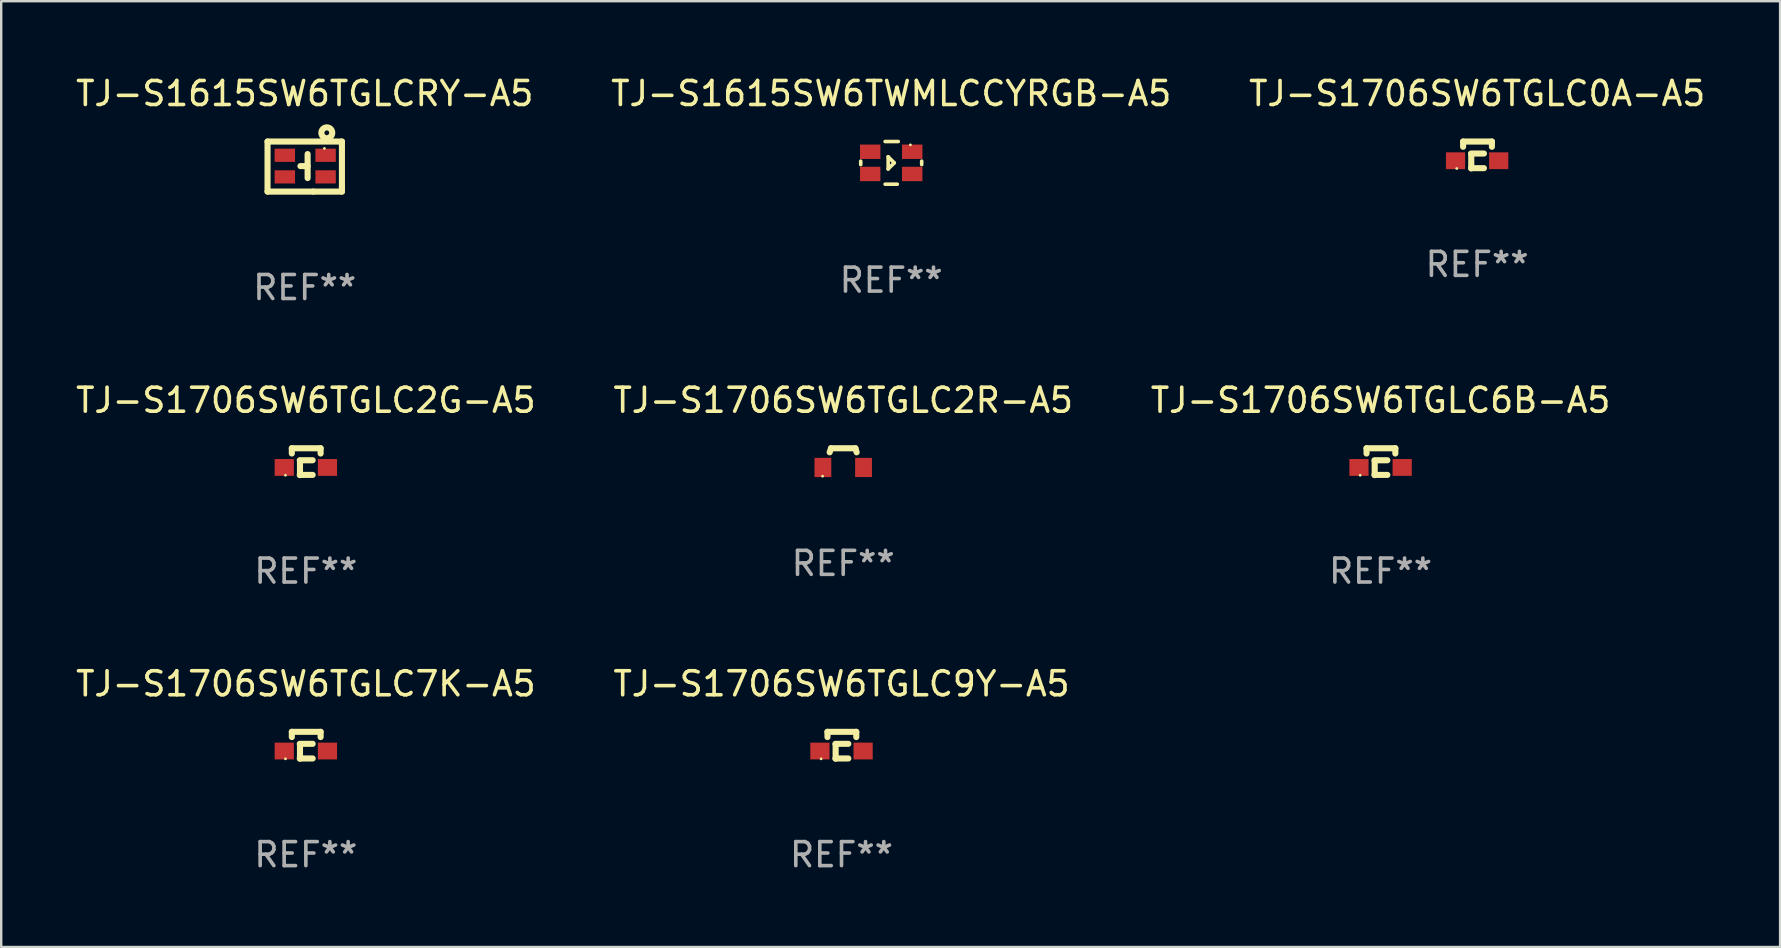
<source format=kicad_pcb>
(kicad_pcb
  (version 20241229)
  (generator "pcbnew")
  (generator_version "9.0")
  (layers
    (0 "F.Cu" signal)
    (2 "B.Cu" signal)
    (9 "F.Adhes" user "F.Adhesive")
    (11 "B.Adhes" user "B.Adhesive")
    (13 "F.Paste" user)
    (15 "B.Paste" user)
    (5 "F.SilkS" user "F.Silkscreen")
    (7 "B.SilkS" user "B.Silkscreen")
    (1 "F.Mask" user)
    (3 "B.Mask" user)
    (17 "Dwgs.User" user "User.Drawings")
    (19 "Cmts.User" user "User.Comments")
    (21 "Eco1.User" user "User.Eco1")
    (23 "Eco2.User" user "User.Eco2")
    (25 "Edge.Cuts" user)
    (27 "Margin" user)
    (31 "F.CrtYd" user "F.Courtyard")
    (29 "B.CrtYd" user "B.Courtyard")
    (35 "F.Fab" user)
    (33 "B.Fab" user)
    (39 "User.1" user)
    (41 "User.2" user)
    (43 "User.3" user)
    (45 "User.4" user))
  (footprint "TJ-S1706SW6TGLC2G-A5"
    (layer "F.Cu")
    (at 9.696 16.19)
    (property "Reference" "TJ-S1706SW6TGLC2G-A5" (at 0 -2.56 0) (layer "F.SilkS") (effects (font (size 1 1) (thickness 0.15))))
    (attr through_hole)
    (fp_line (start -0.585 -0.56) (end -0.585 -0.341) (stroke (width 0.254) (type solid)) (layer "F.SilkS"))
    (fp_line (start -0.585 -0.56) (end 0.615 -0.56) (stroke (width 0.254) (type solid)) (layer "F.SilkS"))
    (fp_line (start -0.254 0.55) (end 0.284 0.55) (stroke (width 0.254) (type solid)) (layer "F.SilkS"))
    (fp_line (start -0.245 0.56) (end -0.245 -0.039) (stroke (width 0.254) (type solid)) (layer "F.SilkS"))
    (fp_line (start 0.284 -0.06) (end -0.254 -0.06) (stroke (width 0.254) (type solid)) (layer "F.SilkS"))
    (fp_line (start 0.615 -0.56) (end 0.615 -0.341) (stroke (width 0.254) (type solid)) (layer "F.SilkS"))
    (fp_circle (center -0.85 0.565) (end -0.82 0.565) (stroke (width 0.06) (type solid)) (fill no) (layer "F.SilkS"))
    (fp_text user "REF**" (at 0 4.56 0) (layer "F.Fab") (effects (font (size 1 1) (thickness 0.15))))
    (pad "1" smd rect (at -0.9 0.24) (size 0.8 0.7) (layers "F.Cu" "F.Mask" "F.Paste"))
    (pad "2" smd rect (at 0.9 0.24) (size 0.8 0.7) (layers "F.Cu" "F.Mask" "F.Paste")))
  (footprint "TJ-S1706SW6TGLC6B-A5"
    (layer "F.Cu")
    (at 54.482 16.19)
    (property "Reference" "TJ-S1706SW6TGLC6B-A5" (at 0 -2.56 0) (layer "F.SilkS") (effects (font (size 1 1) (thickness 0.15))))
    (attr through_hole)
    (fp_line (start -0.585 -0.56) (end -0.585 -0.341) (stroke (width 0.254) (type solid)) (layer "F.SilkS"))
    (fp_line (start -0.585 -0.56) (end 0.615 -0.56) (stroke (width 0.254) (type solid)) (layer "F.SilkS"))
    (fp_line (start -0.254 0.55) (end 0.284 0.55) (stroke (width 0.254) (type solid)) (layer "F.SilkS"))
    (fp_line (start -0.245 0.56) (end -0.245 -0.039) (stroke (width 0.254) (type solid)) (layer "F.SilkS"))
    (fp_line (start 0.284 -0.06) (end -0.254 -0.06) (stroke (width 0.254) (type solid)) (layer "F.SilkS"))
    (fp_line (start 0.615 -0.56) (end 0.615 -0.341) (stroke (width 0.254) (type solid)) (layer "F.SilkS"))
    (fp_circle (center -0.85 0.565) (end -0.82 0.565) (stroke (width 0.06) (type solid)) (fill no) (layer "F.SilkS"))
    (fp_text user "REF**" (at 0 4.56 0) (layer "F.Fab") (effects (font (size 1 1) (thickness 0.15))))
    (pad "1" smd rect (at -0.9 0.24) (size 0.8 0.7) (layers "F.Cu" "F.Mask" "F.Paste"))
    (pad "2" smd rect (at 0.9 0.24) (size 0.8 0.7) (layers "F.Cu" "F.Mask" "F.Paste")))
  (footprint "TJ-S1706SW6TGLC9Y-A5"
    (layer "F.Cu")
    (at 32.018 28.007)
    (property "Reference" "TJ-S1706SW6TGLC9Y-A5" (at 0 -2.56 0) (layer "F.SilkS") (effects (font (size 1 1) (thickness 0.15))))
    (attr through_hole)
    (fp_line (start -0.585 -0.56) (end -0.585 -0.341) (stroke (width 0.254) (type solid)) (layer "F.SilkS"))
    (fp_line (start -0.585 -0.56) (end 0.615 -0.56) (stroke (width 0.254) (type solid)) (layer "F.SilkS"))
    (fp_line (start -0.254 0.55) (end 0.284 0.55) (stroke (width 0.254) (type solid)) (layer "F.SilkS"))
    (fp_line (start -0.245 0.56) (end -0.245 -0.039) (stroke (width 0.254) (type solid)) (layer "F.SilkS"))
    (fp_line (start 0.284 -0.06) (end -0.254 -0.06) (stroke (width 0.254) (type solid)) (layer "F.SilkS"))
    (fp_line (start 0.615 -0.56) (end 0.615 -0.341) (stroke (width 0.254) (type solid)) (layer "F.SilkS"))
    (fp_circle (center -0.85 0.565) (end -0.82 0.565) (stroke (width 0.06) (type solid)) (fill no) (layer "F.SilkS"))
    (fp_text user "REF**" (at 0 4.56 0) (layer "F.Fab") (effects (font (size 1 1) (thickness 0.15))))
    (pad "1" smd rect (at -0.9 0.24) (size 0.8 0.7) (layers "F.Cu" "F.Mask" "F.Paste"))
    (pad "2" smd rect (at 0.9 0.24) (size 0.8 0.7) (layers "F.Cu" "F.Mask" "F.Paste")))
  (footprint "TJ-S1706SW6TGLC0A-A5"
    (layer "F.Cu")
    (at 58.506 3.408)
    (property "Reference" "TJ-S1706SW6TGLC0A-A5" (at 0 -2.56 0) (layer "F.SilkS") (effects (font (size 1 1) (thickness 0.15))))
    (attr through_hole)
    (fp_line (start -0.585 -0.56) (end -0.585 -0.341) (stroke (width 0.254) (type solid)) (layer "F.SilkS"))
    (fp_line (start -0.585 -0.56) (end 0.615 -0.56) (stroke (width 0.254) (type solid)) (layer "F.SilkS"))
    (fp_line (start -0.254 0.55) (end 0.284 0.55) (stroke (width 0.254) (type solid)) (layer "F.SilkS"))
    (fp_line (start -0.245 0.56) (end -0.245 -0.039) (stroke (width 0.254) (type solid)) (layer "F.SilkS"))
    (fp_line (start 0.284 -0.06) (end -0.254 -0.06) (stroke (width 0.254) (type solid)) (layer "F.SilkS"))
    (fp_line (start 0.615 -0.56) (end 0.615 -0.341) (stroke (width 0.254) (type solid)) (layer "F.SilkS"))
    (fp_circle (center -0.85 0.565) (end -0.82 0.565) (stroke (width 0.06) (type solid)) (fill no) (layer "F.SilkS"))
    (fp_text user "REF**" (at 0 4.56 0) (layer "F.Fab") (effects (font (size 1 1) (thickness 0.15))))
    (pad "1" smd rect (at -0.9 0.24) (size 0.8 0.7) (layers "F.Cu" "F.Mask" "F.Paste"))
    (pad "2" smd rect (at 0.9 0.24) (size 0.8 0.7) (layers "F.Cu" "F.Mask" "F.Paste")))
  (footprint "TJ-S1615SW6TGLCRY-A5"
    (layer "F.Cu")
    (at 9.649 3.891)
    (property "Reference" "TJ-S1615SW6TGLCRY-A5" (at 0 -3.043 0) (layer "F.SilkS") (effects (font (size 1 1) (thickness 0.15))))
    (attr through_hole)
    (fp_line (start -1.55 -1.043) (end 1.55 -1.043) (stroke (width 0.254) (type solid)) (layer "F.SilkS"))
    (fp_line (start -1.55 1.043) (end -1.55 -1.043) (stroke (width 0.254) (type solid)) (layer "F.SilkS"))
    (fp_line (start -0.18 -0.02) (end 0.12 -0.02) (stroke (width 0.254) (type solid)) (layer "F.SilkS"))
    (fp_line (start 0.12 -0.52) (end 0.12 0.48) (stroke (width 0.254) (type solid)) (layer "F.SilkS"))
    (fp_line (start 0.357 1.043) (end -1.55 1.043) (stroke (width 0.254) (type solid)) (layer "F.SilkS"))
    (fp_line (start 0.357 1.043) (end 1.55 1.043) (stroke (width 0.254) (type solid)) (layer "F.SilkS"))
    (fp_line (start 1.55 0.857) (end 1.55 1.043) (stroke (width 0.254) (type solid)) (layer "F.SilkS"))
    (fp_line (start 1.55 0.857) (end 1.55 -1.043) (stroke (width 0.254) (type solid)) (layer "F.SilkS"))
    (fp_circle (center 0.82 -0.757) (end 0.85 -0.757) (stroke (width 0.06) (type solid)) (fill no) (layer "F.SilkS"))
    (fp_circle (center 0.92 -1.407) (end 1.02 -1.407) (stroke (width 0.254) (type solid)) (fill no) (layer "F.SilkS"))
    (fp_text user "REF**" (at 0 5.043 0) (layer "F.Fab") (effects (font (size 1 1) (thickness 0.15))))
    (pad "1" smd rect (at 0.87 -0.47) (size 0.85 0.55) (layers "F.Cu" "F.Mask" "F.Paste"))
    (pad "2" smd rect (at -0.83 -0.47) (size 0.85 0.55) (layers "F.Cu" "F.Mask" "F.Paste"))
    (pad "3" smd rect (at 0.87 0.43) (size 0.85 0.55) (layers "F.Cu" "F.Mask" "F.Paste"))
    (pad "4" smd rect (at -0.83 0.43) (size 0.85 0.55) (layers "F.Cu" "F.Mask" "F.Paste")))
  (footprint "TJ-S1615SW6TWMLCCYRGB-A5"
    (layer "F.Cu")
    (at 34.089 3.737)
    (property "Reference" "TJ-S1615SW6TWMLCCYRGB-A5" (at 0 -2.889 0) (layer "F.SilkS") (effects (font (size 1 1) (thickness 0.15))))
    (attr through_hole)
    (fp_line (start -1.27 -0.071) (end -1.27 0.071) (stroke (width 0.15) (type solid)) (layer "F.SilkS"))
    (fp_line (start -0.254 -0.889) (end 0.295 -0.889) (stroke (width 0.15) (type solid)) (layer "F.SilkS"))
    (fp_line (start -0.254 0.889) (end 0.254 0.889) (stroke (width 0.15) (type solid)) (layer "F.SilkS"))
    (fp_line (start -0.127 -0.254) (end -0.127 0.254) (stroke (width 0.15) (type solid)) (layer "F.SilkS"))
    (fp_line (start -0.127 -0.254) (end 0.127 0) (stroke (width 0.15) (type solid)) (layer "F.SilkS"))
    (fp_line (start -0.127 0.254) (end 0.127 0) (stroke (width 0.15) (type solid)) (layer "F.SilkS"))
    (fp_line (start 1.27 -0.071) (end 1.27 0.071) (stroke (width 0.15) (type solid)) (layer "F.SilkS"))
    (fp_circle (center 0.8 -0.75) (end 0.83 -0.75) (stroke (width 0.06) (type solid)) (fill no) (layer "F.SilkS"))
    (fp_text user "REF**" (at 0 4.889 0) (layer "F.Fab") (effects (font (size 1 1) (thickness 0.15))))
    (pad "1" smd rect (at 0.875 -0.463) (size 0.85 0.6) (layers "F.Cu" "F.Mask" "F.Paste"))
    (pad "2" smd rect (at -0.875 -0.463) (size 0.85 0.6) (layers "F.Cu" "F.Mask" "F.Paste"))
    (pad "3" smd rect (at -0.875 0.463) (size 0.85 0.6) (layers "F.Cu" "F.Mask" "F.Paste"))
    (pad "4" smd rect (at 0.875 0.463) (size 0.85 0.6) (layers "F.Cu" "F.Mask" "F.Paste")))
  (footprint "TJ-S1706SW6TGLC2R-A5"
    (layer "F.Cu")
    (at 32.089 16.03)
    (property "Reference" "TJ-S1706SW6TGLC2R-A5" (at 0 -2.4 0) (layer "F.SilkS") (effects (font (size 1 1) (thickness 0.15))))
    (attr through_hole)
    (fp_line (start -0.508 -0.4) (end -0.565 -0.231) (stroke (width 0.254) (type solid)) (layer "F.SilkS"))
    (fp_line (start -0.508 -0.4) (end 0.508 -0.4) (stroke (width 0.254) (type solid)) (layer "F.SilkS"))
    (fp_line (start 0.508 -0.4) (end 0.559 -0.231) (stroke (width 0.254) (type solid)) (layer "F.SilkS"))
    (fp_circle (center -0.86 0.764) (end -0.83 0.764) (stroke (width 0.06) (type solid)) (fill no) (layer "F.SilkS"))
    (fp_text user "REF**" (at 0 4.4 0) (layer "F.Fab") (effects (font (size 1 1) (thickness 0.15))))
    (pad "1" smd rect (at -0.847 0.4 90) (size 0.8 0.7) (layers "F.Cu" "F.Mask" "F.Paste"))
    (pad "2" smd rect (at 0.847 0.4 90) (size 0.8 0.7) (layers "F.Cu" "F.Mask" "F.Paste")))
  (footprint "TJ-S1706SW6TGLC7K-A5"
    (layer "F.Cu")
    (at 9.696 28.007)
    (property "Reference" "TJ-S1706SW6TGLC7K-A5" (at 0 -2.56 0) (layer "F.SilkS") (effects (font (size 1 1) (thickness 0.15))))
    (attr through_hole)
    (fp_line (start -0.585 -0.56) (end -0.585 -0.341) (stroke (width 0.254) (type solid)) (layer "F.SilkS"))
    (fp_line (start -0.585 -0.56) (end 0.615 -0.56) (stroke (width 0.254) (type solid)) (layer "F.SilkS"))
    (fp_line (start -0.254 0.55) (end 0.284 0.55) (stroke (width 0.254) (type solid)) (layer "F.SilkS"))
    (fp_line (start -0.245 0.56) (end -0.245 -0.039) (stroke (width 0.254) (type solid)) (layer "F.SilkS"))
    (fp_line (start 0.284 -0.06) (end -0.254 -0.06) (stroke (width 0.254) (type solid)) (layer "F.SilkS"))
    (fp_line (start 0.615 -0.56) (end 0.615 -0.341) (stroke (width 0.254) (type solid)) (layer "F.SilkS"))
    (fp_circle (center -0.85 0.565) (end -0.82 0.565) (stroke (width 0.06) (type solid)) (fill no) (layer "F.SilkS"))
    (fp_text user "REF**" (at 0 4.56 0) (layer "F.Fab") (effects (font (size 1 1) (thickness 0.15))))
    (pad "1" smd rect (at -0.9 0.24) (size 0.8 0.7) (layers "F.Cu" "F.Mask" "F.Paste"))
    (pad "2" smd rect (at 0.9 0.24) (size 0.8 0.7) (layers "F.Cu" "F.Mask" "F.Paste")))
  (gr_rect
    (start -3 -3)
    (end 71.131 36.415)
    (stroke (width 0.1) (type default))
    (fill no)
    (layer "Edge.Cuts")))
</source>
